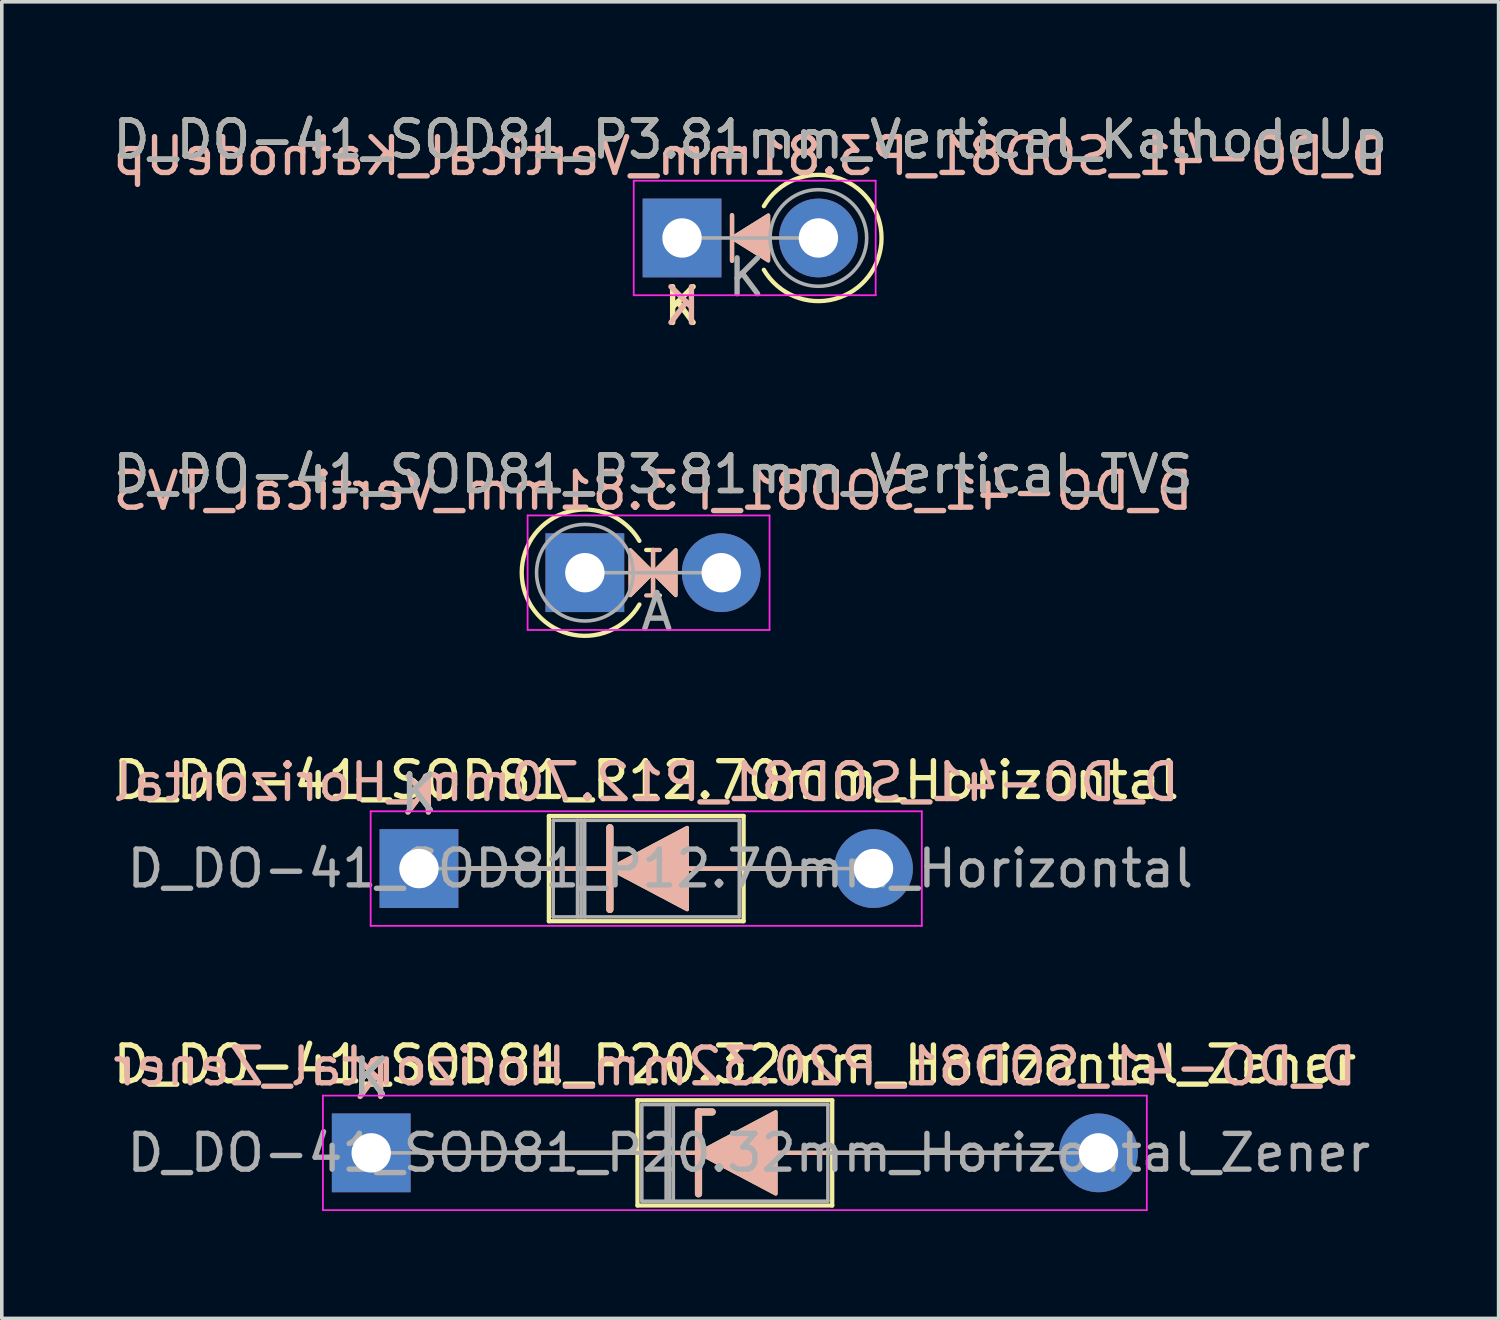
<source format=kicad_pcb>
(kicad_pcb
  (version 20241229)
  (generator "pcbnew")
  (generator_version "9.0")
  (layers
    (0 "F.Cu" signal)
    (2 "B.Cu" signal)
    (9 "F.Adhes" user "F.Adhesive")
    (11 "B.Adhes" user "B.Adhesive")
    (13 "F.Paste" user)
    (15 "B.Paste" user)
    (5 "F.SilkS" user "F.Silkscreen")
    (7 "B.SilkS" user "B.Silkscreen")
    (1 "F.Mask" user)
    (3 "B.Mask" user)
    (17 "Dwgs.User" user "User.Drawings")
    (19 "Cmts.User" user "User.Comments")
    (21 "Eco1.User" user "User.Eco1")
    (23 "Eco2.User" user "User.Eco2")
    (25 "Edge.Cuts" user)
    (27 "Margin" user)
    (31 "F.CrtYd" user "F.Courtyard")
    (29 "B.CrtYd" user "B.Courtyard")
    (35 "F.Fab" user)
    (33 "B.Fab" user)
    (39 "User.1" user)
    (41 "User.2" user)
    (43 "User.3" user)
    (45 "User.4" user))
  (footprint "D_DO-41_SOD81_P20.32mm_Horizontal_Zener"
    (layer "F.Cu")
    (at 7.322 29.161)
    (property "Reference" "D_DO-41_SOD81_P20.32mm_Horizontal_Zener" (at 10.16 -2.47 0) (layer "F.SilkS") (effects (font (size 1 1) (thickness 0.15))))
    (fp_line (start 1.397 0) (end 7.44 0) (stroke (width 0.12) (type solid)) (layer "F.SilkS"))
    (fp_line (start 7.44 -1.47) (end 7.44 1.47) (stroke (width 0.12) (type solid)) (layer "F.SilkS"))
    (fp_line (start 7.44 1.47) (end 12.88 1.47) (stroke (width 0.12) (type solid)) (layer "F.SilkS"))
    (fp_line (start 9.144 -1.143) (end 9.144 1.143) (stroke (width 0.2) (type solid)) (layer "F.SilkS"))
    (fp_line (start 9.144 -1.143) (end 9.525 -1.143) (stroke (width 0.2) (type solid)) (layer "F.SilkS"))
    (fp_line (start 9.144 0) (end 7.44 0) (stroke (width 0.12) (type solid)) (layer "F.SilkS"))
    (fp_line (start 11.303 0) (end 12.88 0) (stroke (width 0.12) (type solid)) (layer "F.SilkS"))
    (fp_line (start 12.88 -1.47) (end 7.44 -1.47) (stroke (width 0.12) (type solid)) (layer "F.SilkS"))
    (fp_line (start 12.88 1.47) (end 12.88 -1.47) (stroke (width 0.12) (type solid)) (layer "F.SilkS"))
    (fp_line (start 18.923 0) (end 12.88 0) (stroke (width 0.12) (type solid)) (layer "F.SilkS"))
    (fp_poly (pts (xy 11.303 1.143) (xy 9.144 0) (xy 11.303 -1.143)) (stroke (width 0.1) (type solid)) (fill yes) (layer "F.SilkS"))
    (fp_line (start 1.397 0) (end 7.44 0) (stroke (width 0.12) (type solid)) (layer "B.SilkS"))
    (fp_line (start 9.144 -1.143) (end 9.525 -1.143) (stroke (width 0.2) (type solid)) (layer "B.SilkS"))
    (fp_line (start 9.144 0) (end 7.44 0) (stroke (width 0.12) (type solid)) (layer "B.SilkS"))
    (fp_line (start 9.144 1.143) (end 9.144 -1.143) (stroke (width 0.2) (type solid)) (layer "B.SilkS"))
    (fp_line (start 11.303 0) (end 12.88 0) (stroke (width 0.12) (type solid)) (layer "B.SilkS"))
    (fp_line (start 18.923 0) (end 12.88 0) (stroke (width 0.12) (type solid)) (layer "B.SilkS"))
    (fp_poly (pts (xy 11.303 -1.143) (xy 9.144 0) (xy 11.303 1.143)) (stroke (width 0.1) (type solid)) (fill yes) (layer "B.SilkS"))
    (fp_line (start -1.35 -1.6) (end -1.35 1.6) (stroke (width 0.05) (type solid)) (layer "F.CrtYd"))
    (fp_line (start -1.35 1.6) (end 21.67 1.6) (stroke (width 0.05) (type solid)) (layer "F.CrtYd"))
    (fp_line (start 21.67 -1.6) (end -1.35 -1.6) (stroke (width 0.05) (type solid)) (layer "F.CrtYd"))
    (fp_line (start 21.67 1.6) (end 21.67 -1.6) (stroke (width 0.05) (type solid)) (layer "F.CrtYd"))
    (fp_line (start 0 0) (end 7.56 0) (stroke (width 0.1) (type solid)) (layer "F.Fab"))
    (fp_line (start 7.56 -1.35) (end 7.56 1.35) (stroke (width 0.1) (type solid)) (layer "F.Fab"))
    (fp_line (start 7.56 1.35) (end 12.76 1.35) (stroke (width 0.1) (type solid)) (layer "F.Fab"))
    (fp_line (start 8.24 -1.35) (end 8.24 1.35) (stroke (width 0.1) (type solid)) (layer "F.Fab"))
    (fp_line (start 8.34 -1.35) (end 8.34 1.35) (stroke (width 0.1) (type solid)) (layer "F.Fab"))
    (fp_line (start 8.44 -1.35) (end 8.44 1.35) (stroke (width 0.1) (type solid)) (layer "F.Fab"))
    (fp_line (start 12.76 -1.35) (end 7.56 -1.35) (stroke (width 0.1) (type solid)) (layer "F.Fab"))
    (fp_line (start 12.76 1.35) (end 12.76 -1.35) (stroke (width 0.1) (type solid)) (layer "F.Fab"))
    (fp_line (start 20.32 0) (end 12.76 0) (stroke (width 0.1) (type solid)) (layer "F.Fab"))
    (fp_text user "K" (at 0 -2.1 0) (layer "F.SilkS") (effects (font (size 1 1) (thickness 0.15))))
    (fp_text user "${REFERENCE}" (at 10.16 -2.413 0) (layer "B.SilkS") (effects (font (size 1 1) (thickness 0.15)) (justify mirror)))
    (fp_text user "K" (at 0 -2.032 0) (layer "B.SilkS") (effects (font (size 1 1) (thickness 0.15)) (justify mirror)))
    (fp_text user "K" (at 0 -2.1 0) (layer "F.Fab") (effects (font (size 1 1) (thickness 0.15))))
    (fp_text user "${REFERENCE}" (at 10.55 0 0) (layer "F.Fab") (effects (font (size 1 1) (thickness 0.15))))
    (pad "1" thru_hole rect (at 0 0) (size 2.2 2.2) (drill 1.1) (layers "*.Cu" "*.Mask"))
    (pad "2" thru_hole oval (at 20.32 0) (size 2.2 2.2) (drill 1.1) (layers "*.Cu" "*.Mask")))
  (footprint "D_DO-41_SOD81_P12.70mm_Horizontal"
    (layer "F.Cu")
    (at 8.656 21.218)
    (property "Reference" "D_DO-41_SOD81_P12.70mm_Horizontal" (at 6.35 -2.47 0) (layer "F.SilkS") (effects (font (size 1 1) (thickness 0.15))))
    (fp_line (start 1.34 0) (end 3.63 0) (stroke (width 0.12) (type solid)) (layer "F.SilkS"))
    (fp_line (start 3.63 -1.47) (end 3.63 1.47) (stroke (width 0.12) (type solid)) (layer "F.SilkS"))
    (fp_line (start 3.63 1.47) (end 9.07 1.47) (stroke (width 0.12) (type solid)) (layer "F.SilkS"))
    (fp_line (start 5.334 -1.143) (end 5.334 1.143) (stroke (width 0.2) (type solid)) (layer "F.SilkS"))
    (fp_line (start 5.334 0) (end 3.63 0) (stroke (width 0.12) (type solid)) (layer "F.SilkS"))
    (fp_line (start 7.493 0) (end 9.07 0) (stroke (width 0.12) (type solid)) (layer "F.SilkS"))
    (fp_line (start 9.07 -1.47) (end 3.63 -1.47) (stroke (width 0.12) (type solid)) (layer "F.SilkS"))
    (fp_line (start 9.07 1.47) (end 9.07 -1.47) (stroke (width 0.12) (type solid)) (layer "F.SilkS"))
    (fp_line (start 11.36 0) (end 9.07 0) (stroke (width 0.12) (type solid)) (layer "F.SilkS"))
    (fp_poly (pts (xy 7.493 1.143) (xy 5.334 0) (xy 7.493 -1.143)) (stroke (width 0.1) (type solid)) (fill yes) (layer "F.SilkS"))
    (fp_line (start 1.34 0) (end 3.63 0) (stroke (width 0.12) (type solid)) (layer "B.SilkS"))
    (fp_line (start 5.334 0) (end 3.63 0) (stroke (width 0.12) (type solid)) (layer "B.SilkS"))
    (fp_line (start 5.334 1.143) (end 5.334 -1.143) (stroke (width 0.2) (type solid)) (layer "B.SilkS"))
    (fp_line (start 7.493 0) (end 9.07 0) (stroke (width 0.12) (type solid)) (layer "B.SilkS"))
    (fp_line (start 11.36 0) (end 9.07 0) (stroke (width 0.12) (type solid)) (layer "B.SilkS"))
    (fp_poly (pts (xy 7.493 -1.143) (xy 5.334 0) (xy 7.493 1.143)) (stroke (width 0.1) (type solid)) (fill yes) (layer "B.SilkS"))
    (fp_line (start -1.35 -1.6) (end -1.35 1.6) (stroke (width 0.05) (type solid)) (layer "F.CrtYd"))
    (fp_line (start -1.35 1.6) (end 14.05 1.6) (stroke (width 0.05) (type solid)) (layer "F.CrtYd"))
    (fp_line (start 14.05 -1.6) (end -1.35 -1.6) (stroke (width 0.05) (type solid)) (layer "F.CrtYd"))
    (fp_line (start 14.05 1.6) (end 14.05 -1.6) (stroke (width 0.05) (type solid)) (layer "F.CrtYd"))
    (fp_line (start 0 0) (end 3.75 0) (stroke (width 0.1) (type solid)) (layer "F.Fab"))
    (fp_line (start 3.75 -1.35) (end 3.75 1.35) (stroke (width 0.1) (type solid)) (layer "F.Fab"))
    (fp_line (start 3.75 1.35) (end 8.95 1.35) (stroke (width 0.1) (type solid)) (layer "F.Fab"))
    (fp_line (start 4.43 -1.35) (end 4.43 1.35) (stroke (width 0.1) (type solid)) (layer "F.Fab"))
    (fp_line (start 4.53 -1.35) (end 4.53 1.35) (stroke (width 0.1) (type solid)) (layer "F.Fab"))
    (fp_line (start 4.63 -1.35) (end 4.63 1.35) (stroke (width 0.1) (type solid)) (layer "F.Fab"))
    (fp_line (start 8.95 -1.35) (end 3.75 -1.35) (stroke (width 0.1) (type solid)) (layer "F.Fab"))
    (fp_line (start 8.95 1.35) (end 8.95 -1.35) (stroke (width 0.1) (type solid)) (layer "F.Fab"))
    (fp_line (start 12.7 0) (end 8.95 0) (stroke (width 0.1) (type solid)) (layer "F.Fab"))
    (fp_text user "K" (at 0 -2.1 0) (layer "F.SilkS") (effects (font (size 1 1) (thickness 0.15))))
    (fp_text user "${REFERENCE}" (at 6.35 -2.413 0) (layer "B.SilkS") (effects (font (size 1 1) (thickness 0.15)) (justify mirror)))
    (fp_text user "K" (at 0 -2.032 0) (layer "B.SilkS") (effects (font (size 1 1) (thickness 0.15)) (justify mirror)))
    (fp_text user "K" (at 0 -2.1 0) (layer "F.Fab") (effects (font (size 1 1) (thickness 0.15))))
    (fp_text user "${REFERENCE}" (at 6.74 0 0) (layer "F.Fab") (effects (font (size 1 1) (thickness 0.15))))
    (pad "1" thru_hole rect (at 0 0) (size 2.2 2.2) (drill 1.1) (layers "*.Cu" "*.Mask"))
    (pad "2" thru_hole oval (at 12.7 0) (size 2.2 2.2) (drill 1.1) (layers "*.Cu" "*.Mask")))
  (footprint "D_DO-41_SOD81_P3.81mm_Vertical_KathodeUp"
    (layer "F.Cu")
    (at 16.006 3.599)
    (property "Reference" "D_DO-41_SOD81_P3.81mm_Vertical_KathodeUp" (at 1.905 -2.751 0) (layer "F.SilkS") (effects (font (size 1 1) (thickness 0.15))))
    (fp_line (start 1.397 -0.635) (end 1.397 0.635) (stroke (width 0.12) (type solid)) (layer "F.SilkS"))
    (fp_arc (start 2.286 -0.888999) (mid 5.574339 0.000001) (end 2.286 0.889) (stroke (width 0.12) (type solid)) (layer "F.SilkS"))
    (fp_poly (pts (xy 2.413 0.635) (xy 1.397 0) (xy 2.413 -0.635)) (stroke (width 0.1) (type solid)) (fill yes) (layer "F.SilkS"))
    (fp_line (start 1.397 0.635) (end 1.397 -0.635) (stroke (width 0.12) (type solid)) (layer "B.SilkS"))
    (fp_poly (pts (xy 2.413 -0.635) (xy 1.397 0) (xy 2.413 0.635)) (stroke (width 0.1) (type solid)) (fill yes) (layer "B.SilkS"))
    (fp_line (start -1.35 -1.6) (end -1.35 1.6) (stroke (width 0.05) (type solid)) (layer "F.CrtYd"))
    (fp_line (start -1.35 1.6) (end 5.41 1.6) (stroke (width 0.05) (type solid)) (layer "F.CrtYd"))
    (fp_line (start 5.41 -1.6) (end -1.35 -1.6) (stroke (width 0.05) (type solid)) (layer "F.CrtYd"))
    (fp_line (start 5.41 1.6) (end 5.41 -1.6) (stroke (width 0.05) (type solid)) (layer "F.CrtYd"))
    (fp_line (start 0 0) (end 3.81 0) (stroke (width 0.1) (type solid)) (layer "F.Fab"))
    (fp_circle (center 3.81 0) (end 5.16 0) (stroke (width 0.1) (type solid)) (fill no) (layer "F.Fab"))
    (fp_text user "K" (at 0 1.905 0) (layer "F.SilkS") (effects (font (size 1 1) (thickness 0.15))))
    (fp_text user "${REFERENCE}" (at 1.905 -2.286 0) (layer "B.SilkS") (effects (font (size 1 1) (thickness 0.15)) (justify mirror)))
    (fp_text user "K" (at 0 1.905 0) (layer "B.SilkS") (effects (font (size 1 1) (thickness 0.15)) (justify mirror)))
    (fp_text user "${REFERENCE}" (at 1.905 -2.751 0) (layer "F.Fab") (effects (font (size 1 1) (thickness 0.15))))
    (fp_text user "K" (at 1.8 1.1 0) (layer "F.Fab") (effects (font (size 1 1) (thickness 0.15))))
    (pad "1" thru_hole rect (at 0 0) (size 2.2 2.2) (drill 1.1) (layers "*.Cu" "*.Mask"))
    (pad "2" thru_hole oval (at 3.81 0) (size 2.2 2.2) (drill 1.1) (layers "*.Cu" "*.Mask")))
  (footprint "D_DO-41_SOD81_P3.81mm_Vertical_TVS"
    (layer "F.Cu")
    (at 13.291 12.951)
    (property "Reference" "D_DO-41_SOD81_P3.81mm_Vertical_TVS" (at 1.905 -2.751 0) (layer "F.SilkS") (effects (font (size 1 1) (thickness 0.15))))
    (fp_line (start 1.714 -0.635) (end 1.905 -0.635) (stroke (width 0.12) (type solid)) (layer "F.SilkS"))
    (fp_line (start 1.905 -0.635) (end 1.905 0.635) (stroke (width 0.12) (type solid)) (layer "F.SilkS"))
    (fp_line (start 1.905 0.635) (end 2.095 0.635) (stroke (width 0.12) (type solid)) (layer "F.SilkS"))
    (fp_arc (start 1.523999 0.889) (mid -1.76434 0) (end 1.523999 -0.888999) (stroke (width 0.12) (type solid)) (layer "F.SilkS"))
    (fp_poly (pts (xy 1.27 -0.635) (xy 1.905 0) (xy 1.27 0.635)) (stroke (width 0.1) (type solid)) (fill yes) (layer "F.SilkS"))
    (fp_poly (pts (xy 2.54 0.635) (xy 1.905 0) (xy 2.54 -0.635)) (stroke (width 0.1) (type solid)) (fill yes) (layer "F.SilkS"))
    (fp_line (start 1.714 0.635) (end 1.905 0.635) (stroke (width 0.12) (type solid)) (layer "B.SilkS"))
    (fp_line (start 1.905 -0.635) (end 2.095 -0.635) (stroke (width 0.12) (type solid)) (layer "B.SilkS"))
    (fp_line (start 1.905 0.635) (end 1.905 -0.635) (stroke (width 0.12) (type solid)) (layer "B.SilkS"))
    (fp_poly (pts (xy 1.27 0.635) (xy 1.905 0) (xy 1.27 -0.635)) (stroke (width 0.1) (type solid)) (fill yes) (layer "B.SilkS"))
    (fp_poly (pts (xy 2.54 -0.635) (xy 1.905 0) (xy 2.54 0.635)) (stroke (width 0.1) (type solid)) (fill yes) (layer "B.SilkS"))
    (fp_line (start -1.6 -1.6) (end -1.6 1.6) (stroke (width 0.05) (type solid)) (layer "F.CrtYd"))
    (fp_line (start -1.6 1.6) (end 5.16 1.6) (stroke (width 0.05) (type solid)) (layer "F.CrtYd"))
    (fp_line (start 5.16 -1.6) (end -1.6 -1.6) (stroke (width 0.05) (type solid)) (layer "F.CrtYd"))
    (fp_line (start 5.16 1.6) (end 5.16 -1.6) (stroke (width 0.05) (type solid)) (layer "F.CrtYd"))
    (fp_line (start 0 0) (end 3.81 0) (stroke (width 0.1) (type solid)) (layer "F.Fab"))
    (fp_circle (center 0 0) (end 1.35 0) (stroke (width 0.1) (type solid)) (fill no) (layer "F.Fab"))
    (fp_text user "${REFERENCE}" (at 1.905 -2.286 0) (layer "B.SilkS") (effects (font (size 1 1) (thickness 0.15)) (justify mirror)))
    (fp_text user "${REFERENCE}" (at 1.905 -2.751 0) (layer "F.Fab") (effects (font (size 1 1) (thickness 0.15))))
    (fp_text user "A" (at 2.01 1.1 0) (layer "F.Fab") (effects (font (size 1 1) (thickness 0.15))))
    (pad "1" thru_hole rect (at 0 0) (size 2.2 2.2) (drill 1.1) (layers "*.Cu" "*.Mask"))
    (pad "2" thru_hole oval (at 3.81 0) (size 2.2 2.2) (drill 1.1) (layers "*.Cu" "*.Mask")))
  (gr_rect
    (start -3 -3)
    (end 38.821 33.786)
    (stroke (width 0.1) (type default))
    (fill no)
    (layer "Edge.Cuts")))
</source>
